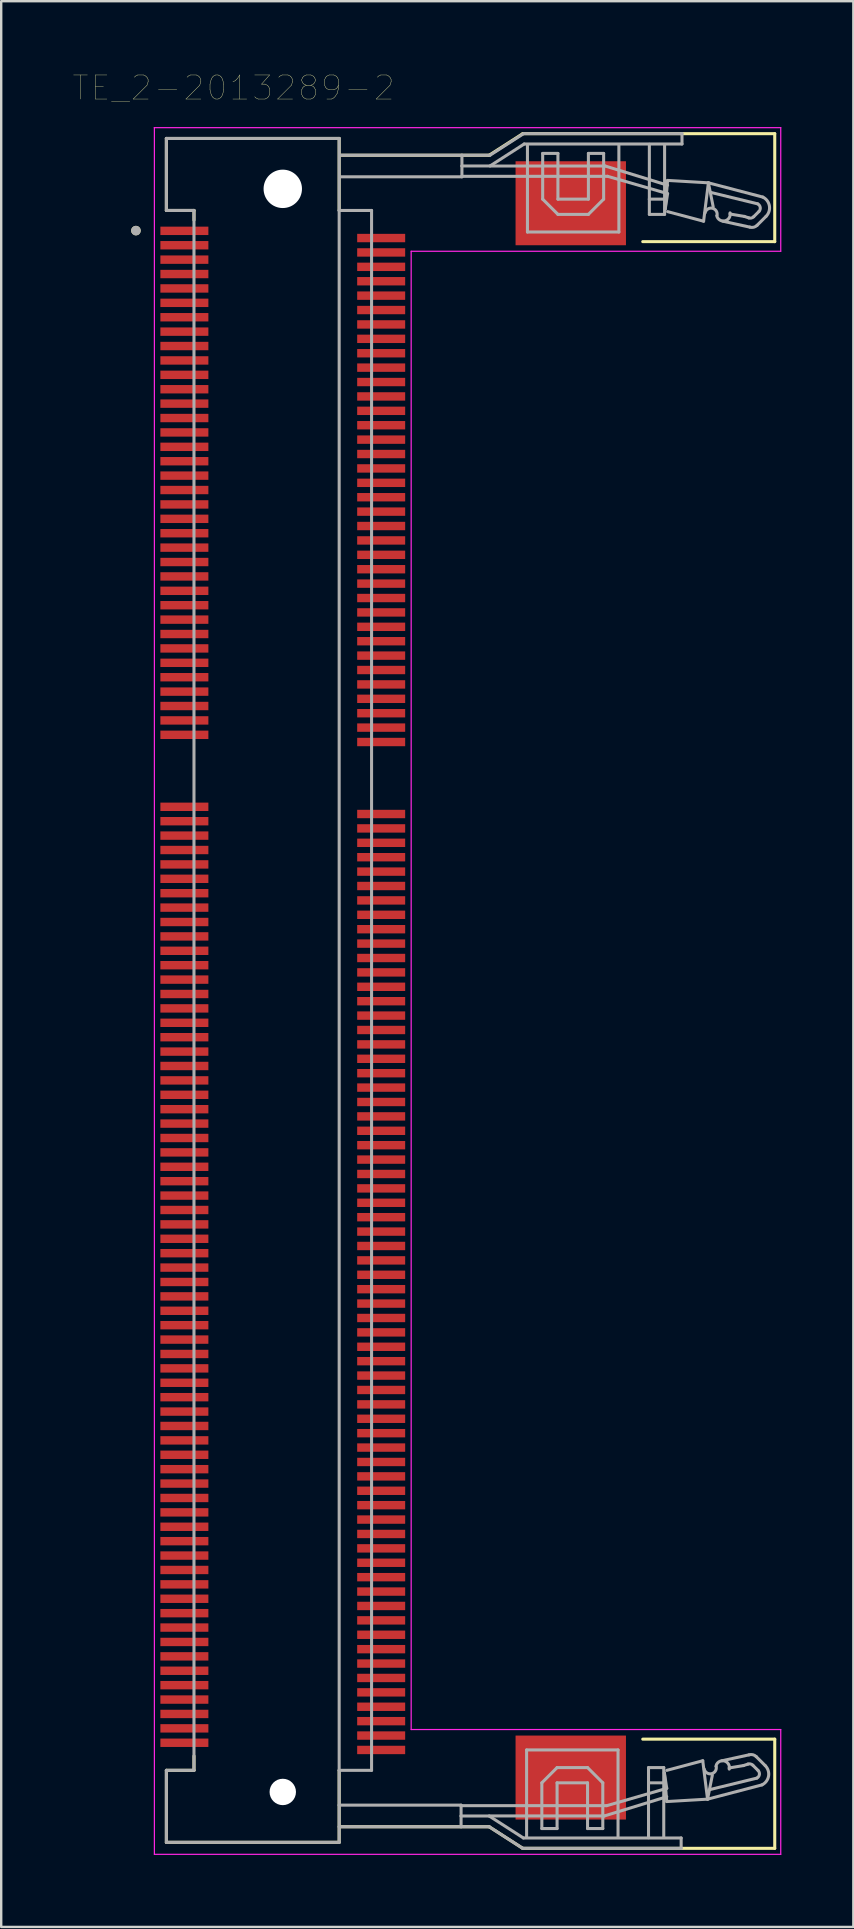
<source format=kicad_pcb>
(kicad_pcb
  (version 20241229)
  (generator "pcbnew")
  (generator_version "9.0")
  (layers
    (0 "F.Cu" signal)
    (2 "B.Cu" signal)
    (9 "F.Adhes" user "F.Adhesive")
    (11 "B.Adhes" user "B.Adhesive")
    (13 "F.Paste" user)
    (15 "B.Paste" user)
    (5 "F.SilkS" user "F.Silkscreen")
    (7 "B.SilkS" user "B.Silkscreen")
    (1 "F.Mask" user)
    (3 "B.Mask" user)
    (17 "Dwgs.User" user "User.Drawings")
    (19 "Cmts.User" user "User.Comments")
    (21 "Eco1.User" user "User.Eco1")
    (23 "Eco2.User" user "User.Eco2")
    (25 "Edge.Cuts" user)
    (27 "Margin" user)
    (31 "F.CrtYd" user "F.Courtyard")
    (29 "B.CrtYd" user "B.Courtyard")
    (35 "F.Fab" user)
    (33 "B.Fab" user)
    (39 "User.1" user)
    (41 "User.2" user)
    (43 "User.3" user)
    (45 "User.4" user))
  (footprint "TE_2-2013289-2"
    (layer "F.Cu")
    (at 8.733 38.219)
    (property "Reference" "TE_2-2013289-2" (at -2.053 -37.606 0) (layer "F.SilkS") (effects (font (size 1.003 1.003) (thickness 0.015))))
    (attr through_hole)
    (fp_line (start -4.85 -35.5) (end -4.85 -32.5) (stroke (width 0.127) (type solid)) (layer "F.SilkS"))
    (fp_line (start -4.85 -32.5) (end -3.7 -32.5) (stroke (width 0.127) (type solid)) (layer "F.SilkS"))
    (fp_line (start -4.85 32.5) (end -4.85 35.5) (stroke (width 0.127) (type solid)) (layer "F.SilkS"))
    (fp_line (start -4.85 35.5) (end 2.35 35.5) (stroke (width 0.127) (type solid)) (layer "F.SilkS"))
    (fp_line (start -3.7 -32.5) (end -3.7 -32.1) (stroke (width 0.127) (type solid)) (layer "F.SilkS"))
    (fp_line (start -3.7 31.9) (end -3.7 32.5) (stroke (width 0.127) (type solid)) (layer "F.SilkS"))
    (fp_line (start -3.7 32.5) (end -4.85 32.5) (stroke (width 0.127) (type solid)) (layer "F.SilkS"))
    (fp_line (start 2.35 -35.5) (end -4.85 -35.5) (stroke (width 0.127) (type solid)) (layer "F.SilkS"))
    (fp_line (start 2.35 -32.5) (end 2.35 -35.5) (stroke (width 0.127) (type solid)) (layer "F.SilkS"))
    (fp_line (start 2.35 35.5) (end 2.35 32.5) (stroke (width 0.127) (type solid)) (layer "F.SilkS"))
    (fp_line (start 2.4 -34.8) (end 8.6 -34.8) (stroke (width 0.127) (type solid)) (layer "F.SilkS"))
    (fp_line (start 2.4 34.85) (end 8.6 34.85) (stroke (width 0.127) (type solid)) (layer "F.SilkS"))
    (fp_line (start 8.6 -34.8) (end 10 -35.7) (stroke (width 0.127) (type solid)) (layer "F.SilkS"))
    (fp_line (start 8.6 34.85) (end 10 35.75) (stroke (width 0.127) (type solid)) (layer "F.SilkS"))
    (fp_line (start 10 -35.7) (end 20.5 -35.7) (stroke (width 0.127) (type solid)) (layer "F.SilkS"))
    (fp_line (start 10 35.75) (end 20.5 35.75) (stroke (width 0.127) (type solid)) (layer "F.SilkS"))
    (fp_line (start 20.5 -35.7) (end 20.5 -31.2) (stroke (width 0.127) (type solid)) (layer "F.SilkS"))
    (fp_line (start 20.5 -31.2) (end 15 -31.2) (stroke (width 0.127) (type solid)) (layer "F.SilkS"))
    (fp_line (start 20.5 31.2) (end 15 31.2) (stroke (width 0.127) (type solid)) (layer "F.SilkS"))
    (fp_line (start 20.5 35.75) (end 20.5 31.2) (stroke (width 0.127) (type solid)) (layer "F.SilkS"))
    (fp_circle (center -6.119 -31.66) (end -6.019 -31.66) (stroke (width 0.2) (type solid)) (fill no) (layer "F.SilkS"))
    (fp_line (start -5.35 -35.95) (end -5.35 -35.951) (stroke (width 0.05) (type solid)) (layer "F.CrtYd"))
    (fp_line (start -5.35 -35.95) (end 20.75 -35.95) (stroke (width 0.05) (type solid)) (layer "F.CrtYd"))
    (fp_line (start -5.35 36) (end -5.35 -35.95) (stroke (width 0.05) (type solid)) (layer "F.CrtYd"))
    (fp_line (start 5.35 -30.8) (end 5.35 30.8) (stroke (width 0.05) (type solid)) (layer "F.CrtYd"))
    (fp_line (start 5.35 30.8) (end 20.75 30.8) (stroke (width 0.05) (type solid)) (layer "F.CrtYd"))
    (fp_line (start 20.75 -35.95) (end 20.75 -30.8) (stroke (width 0.05) (type solid)) (layer "F.CrtYd"))
    (fp_line (start 20.75 -30.8) (end 5.35 -30.8) (stroke (width 0.05) (type solid)) (layer "F.CrtYd"))
    (fp_line (start 20.75 30.8) (end 20.75 36) (stroke (width 0.05) (type solid)) (layer "F.CrtYd"))
    (fp_line (start 20.75 36) (end -5.35 36) (stroke (width 0.05) (type solid)) (layer "F.CrtYd"))
    (fp_line (start -4.85 -35.5) (end -4.85 -32.5) (stroke (width 0.127) (type solid)) (layer "F.Fab"))
    (fp_line (start -4.85 -32.5) (end -3.7 -32.5) (stroke (width 0.127) (type solid)) (layer "F.Fab"))
    (fp_line (start -4.85 32.5) (end -4.85 35.5) (stroke (width 0.127) (type solid)) (layer "F.Fab"))
    (fp_line (start -4.85 35.5) (end 2.35 35.5) (stroke (width 0.127) (type solid)) (layer "F.Fab"))
    (fp_line (start -3.7 -32.5) (end -3.7 32.5) (stroke (width 0.127) (type solid)) (layer "F.Fab"))
    (fp_line (start -3.7 32.5) (end -4.85 32.5) (stroke (width 0.127) (type solid)) (layer "F.Fab"))
    (fp_line (start 2.35 -35.5) (end -4.85 -35.5) (stroke (width 0.127) (type solid)) (layer "F.Fab"))
    (fp_line (start 2.35 -32.5) (end 2.35 -35.5) (stroke (width 0.127) (type solid)) (layer "F.Fab"))
    (fp_line (start 2.35 -32.5) (end 3.7 -32.5) (stroke (width 0.127) (type solid)) (layer "F.Fab"))
    (fp_line (start 2.35 32.5) (end 2.35 -32.5) (stroke (width 0.127) (type solid)) (layer "F.Fab"))
    (fp_line (start 2.35 33.95) (end 2.35 32.5) (stroke (width 0.127) (type solid)) (layer "F.Fab"))
    (fp_line (start 2.35 33.95) (end 7.43 33.95) (stroke (width 0.127) (type solid)) (layer "F.Fab"))
    (fp_line (start 2.35 34.85) (end 2.35 33.95) (stroke (width 0.127) (type solid)) (layer "F.Fab"))
    (fp_line (start 2.35 34.85) (end 7.43 34.85) (stroke (width 0.127) (type solid)) (layer "F.Fab"))
    (fp_line (start 2.35 35.5) (end 2.35 34.85) (stroke (width 0.127) (type solid)) (layer "F.Fab"))
    (fp_line (start 2.385 -34.801) (end 7.465 -34.801) (stroke (width 0.127) (type solid)) (layer "F.Fab"))
    (fp_line (start 2.385 -33.901) (end 7.465 -33.901) (stroke (width 0.127) (type solid)) (layer "F.Fab"))
    (fp_line (start 3.7 -32.5) (end 3.7 32.5) (stroke (width 0.127) (type solid)) (layer "F.Fab"))
    (fp_line (start 3.7 32.5) (end 2.35 32.5) (stroke (width 0.127) (type solid)) (layer "F.Fab"))
    (fp_line (start 7.42 33.971) (end 13.5 33.971) (stroke (width 0.127) (type solid)) (layer "F.Fab"))
    (fp_line (start 7.43 34.402) (end 7.43 33.95) (stroke (width 0.127) (type solid)) (layer "F.Fab"))
    (fp_line (start 7.43 34.402) (end 8.6 34.402) (stroke (width 0.127) (type solid)) (layer "F.Fab"))
    (fp_line (start 7.43 34.85) (end 7.43 34.402) (stroke (width 0.127) (type solid)) (layer "F.Fab"))
    (fp_line (start 7.43 34.85) (end 8.6 34.85) (stroke (width 0.127) (type solid)) (layer "F.Fab"))
    (fp_line (start 7.455 -33.922) (end 13.535 -33.922) (stroke (width 0.127) (type solid)) (layer "F.Fab"))
    (fp_line (start 7.465 -34.801) (end 7.465 -34.353) (stroke (width 0.127) (type solid)) (layer "F.Fab"))
    (fp_line (start 7.465 -34.801) (end 8.635 -34.801) (stroke (width 0.127) (type solid)) (layer "F.Fab"))
    (fp_line (start 7.465 -34.353) (end 7.465 -33.901) (stroke (width 0.127) (type solid)) (layer "F.Fab"))
    (fp_line (start 7.465 -34.353) (end 8.635 -34.353) (stroke (width 0.127) (type solid)) (layer "F.Fab"))
    (fp_line (start 8.6 34.4) (end 13.4 34.4) (stroke (width 0.127) (type solid)) (layer "F.Fab"))
    (fp_line (start 8.6 34.85) (end 10 35.75) (stroke (width 0.127) (type solid)) (layer "F.Fab"))
    (fp_line (start 8.625 34.418) (end 10.025 35.318) (stroke (width 0.127) (type solid)) (layer "F.Fab"))
    (fp_line (start 8.635 -34.801) (end 10.035 -35.701) (stroke (width 0.127) (type solid)) (layer "F.Fab"))
    (fp_line (start 8.635 -34.351) (end 13.435 -34.351) (stroke (width 0.127) (type solid)) (layer "F.Fab"))
    (fp_line (start 8.66 -34.369) (end 10.06 -35.269) (stroke (width 0.127) (type solid)) (layer "F.Fab"))
    (fp_line (start 10 35.75) (end 16.6 35.75) (stroke (width 0.127) (type solid)) (layer "F.Fab"))
    (fp_line (start 10.025 35.318) (end 16.6 35.318) (stroke (width 0.127) (type solid)) (layer "F.Fab"))
    (fp_line (start 10.035 -35.701) (end 16.635 -35.701) (stroke (width 0.127) (type solid)) (layer "F.Fab"))
    (fp_line (start 10.06 -35.269) (end 16.635 -35.269) (stroke (width 0.127) (type solid)) (layer "F.Fab"))
    (fp_line (start 10.16 31.65) (end 13.97 31.65) (stroke (width 0.127) (type solid)) (layer "F.Fab"))
    (fp_line (start 10.16 35.267) (end 10.16 31.65) (stroke (width 0.127) (type solid)) (layer "F.Fab"))
    (fp_line (start 10.195 -35.218) (end 10.195 -31.601) (stroke (width 0.127) (type solid)) (layer "F.Fab"))
    (fp_line (start 10.195 -31.601) (end 14.005 -31.601) (stroke (width 0.127) (type solid)) (layer "F.Fab"))
    (fp_line (start 10.795 33.02) (end 11.43 32.385) (stroke (width 0.127) (type solid)) (layer "F.Fab"))
    (fp_line (start 10.795 34.925) (end 10.795 33.02) (stroke (width 0.127) (type solid)) (layer "F.Fab"))
    (fp_line (start 10.83 -34.876) (end 10.83 -32.971) (stroke (width 0.127) (type solid)) (layer "F.Fab"))
    (fp_line (start 10.83 -32.971) (end 11.465 -32.336) (stroke (width 0.127) (type solid)) (layer "F.Fab"))
    (fp_line (start 11.43 32.385) (end 12.7 32.385) (stroke (width 0.127) (type solid)) (layer "F.Fab"))
    (fp_line (start 11.43 33.02) (end 11.43 34.925) (stroke (width 0.127) (type solid)) (layer "F.Fab"))
    (fp_line (start 11.43 34.925) (end 10.795 34.925) (stroke (width 0.127) (type solid)) (layer "F.Fab"))
    (fp_line (start 11.465 -34.876) (end 10.83 -34.876) (stroke (width 0.127) (type solid)) (layer "F.Fab"))
    (fp_line (start 11.465 -32.971) (end 11.465 -34.876) (stroke (width 0.127) (type solid)) (layer "F.Fab"))
    (fp_line (start 11.465 -32.336) (end 12.735 -32.336) (stroke (width 0.127) (type solid)) (layer "F.Fab"))
    (fp_line (start 12.7 32.385) (end 13.335 33.02) (stroke (width 0.127) (type solid)) (layer "F.Fab"))
    (fp_line (start 12.7 33.02) (end 11.43 33.02) (stroke (width 0.127) (type solid)) (layer "F.Fab"))
    (fp_line (start 12.7 34.925) (end 12.7 33.02) (stroke (width 0.127) (type solid)) (layer "F.Fab"))
    (fp_line (start 12.735 -34.876) (end 12.735 -32.971) (stroke (width 0.127) (type solid)) (layer "F.Fab"))
    (fp_line (start 12.735 -32.971) (end 11.465 -32.971) (stroke (width 0.127) (type solid)) (layer "F.Fab"))
    (fp_line (start 12.735 -32.336) (end 13.37 -32.971) (stroke (width 0.127) (type solid)) (layer "F.Fab"))
    (fp_line (start 13.335 33.02) (end 13.335 34.925) (stroke (width 0.127) (type solid)) (layer "F.Fab"))
    (fp_line (start 13.335 34.925) (end 12.7 34.925) (stroke (width 0.127) (type solid)) (layer "F.Fab"))
    (fp_line (start 13.37 -34.876) (end 12.735 -34.876) (stroke (width 0.127) (type solid)) (layer "F.Fab"))
    (fp_line (start 13.37 -32.971) (end 13.37 -34.876) (stroke (width 0.127) (type solid)) (layer "F.Fab"))
    (fp_line (start 13.4 34.4) (end 16 33.6) (stroke (width 0.127) (type solid)) (layer "F.Fab"))
    (fp_line (start 13.435 -34.351) (end 16.035 -33.551) (stroke (width 0.127) (type solid)) (layer "F.Fab"))
    (fp_line (start 13.5 33.971) (end 16 33.25) (stroke (width 0.127) (type solid)) (layer "F.Fab"))
    (fp_line (start 13.535 -33.922) (end 16.035 -33.201) (stroke (width 0.127) (type solid)) (layer "F.Fab"))
    (fp_line (start 13.97 31.65) (end 13.97 35.255) (stroke (width 0.127) (type solid)) (layer "F.Fab"))
    (fp_line (start 14.005 -31.601) (end 14.005 -35.206) (stroke (width 0.127) (type solid)) (layer "F.Fab"))
    (fp_line (start 15.24 32.385) (end 15.875 32.385) (stroke (width 0.127) (type solid)) (layer "F.Fab"))
    (fp_line (start 15.24 33.02) (end 15.24 32.385) (stroke (width 0.127) (type solid)) (layer "F.Fab"))
    (fp_line (start 15.24 33.02) (end 15.875 33.02) (stroke (width 0.127) (type solid)) (layer "F.Fab"))
    (fp_line (start 15.24 35.306) (end 15.24 33.02) (stroke (width 0.127) (type solid)) (layer "F.Fab"))
    (fp_line (start 15.275 -35.257) (end 15.275 -32.971) (stroke (width 0.127) (type solid)) (layer "F.Fab"))
    (fp_line (start 15.275 -32.971) (end 15.275 -32.336) (stroke (width 0.127) (type solid)) (layer "F.Fab"))
    (fp_line (start 15.275 -32.971) (end 15.91 -32.971) (stroke (width 0.127) (type solid)) (layer "F.Fab"))
    (fp_line (start 15.275 -32.336) (end 15.91 -32.336) (stroke (width 0.127) (type solid)) (layer "F.Fab"))
    (fp_line (start 15.875 32.385) (end 15.875 33.02) (stroke (width 0.127) (type solid)) (layer "F.Fab"))
    (fp_line (start 15.875 33.02) (end 15.875 35.293) (stroke (width 0.127) (type solid)) (layer "F.Fab"))
    (fp_line (start 15.9 32.6) (end 16 33.8) (stroke (width 0.127) (type solid)) (layer "F.Fab"))
    (fp_line (start 15.91 -32.971) (end 15.91 -35.244) (stroke (width 0.127) (type solid)) (layer "F.Fab"))
    (fp_line (start 15.91 -32.336) (end 15.91 -32.971) (stroke (width 0.127) (type solid)) (layer "F.Fab"))
    (fp_line (start 15.935 -32.551) (end 16.035 -33.751) (stroke (width 0.127) (type solid)) (layer "F.Fab"))
    (fp_line (start 16 33.25) (end 15.9 32.6) (stroke (width 0.127) (type solid)) (layer "F.Fab"))
    (fp_line (start 16 33.8) (end 17.7 33.7) (stroke (width 0.127) (type solid)) (layer "F.Fab"))
    (fp_line (start 16.035 -33.751) (end 17.735 -33.651) (stroke (width 0.127) (type solid)) (layer "F.Fab"))
    (fp_line (start 16.035 -33.201) (end 15.935 -32.551) (stroke (width 0.127) (type solid)) (layer "F.Fab"))
    (fp_line (start 16.6 35.318) (end 16.6 35.75) (stroke (width 0.127) (type solid)) (layer "F.Fab"))
    (fp_line (start 16.635 -35.269) (end 16.635 -35.701) (stroke (width 0.127) (type solid)) (layer "F.Fab"))
    (fp_line (start 17.5 32.1) (end 16 32.5) (stroke (width 0.127) (type solid)) (layer "F.Fab"))
    (fp_line (start 17.535 -32.051) (end 16.035 -32.451) (stroke (width 0.127) (type solid)) (layer "F.Fab"))
    (fp_line (start 17.7 33.7) (end 17.5 32.1) (stroke (width 0.127) (type solid)) (layer "F.Fab"))
    (fp_line (start 17.7 33.7) (end 17.9 32.7) (stroke (width 0.127) (type solid)) (layer "F.Fab"))
    (fp_line (start 17.7 33.7) (end 19.967 33.106) (stroke (width 0.127) (type solid)) (layer "F.Fab"))
    (fp_line (start 17.735 -33.651) (end 17.535 -32.051) (stroke (width 0.127) (type solid)) (layer "F.Fab"))
    (fp_line (start 17.735 -33.651) (end 17.935 -32.651) (stroke (width 0.127) (type solid)) (layer "F.Fab"))
    (fp_line (start 17.735 -33.651) (end 20.002 -33.057) (stroke (width 0.127) (type solid)) (layer "F.Fab"))
    (fp_line (start 17.8 33.3) (end 19.752 32.824) (stroke (width 0.127) (type solid)) (layer "F.Fab"))
    (fp_line (start 17.835 -33.251) (end 19.787 -32.775) (stroke (width 0.127) (type solid)) (layer "F.Fab"))
    (fp_line (start 18.6 32.4) (end 19.2 32.3) (stroke (width 0.127) (type solid)) (layer "F.Fab"))
    (fp_line (start 18.635 -32.351) (end 19.235 -32.251) (stroke (width 0.127) (type solid)) (layer "F.Fab"))
    (fp_line (start 19.383 32.239) (end 19.2 32.3) (stroke (width 0.127) (type solid)) (layer "F.Fab"))
    (fp_line (start 19.418 -32.19) (end 19.235 -32.251) (stroke (width 0.127) (type solid)) (layer "F.Fab"))
    (fp_line (start 19.427 31.854) (end 18.3 32.1) (stroke (width 0.127) (type solid)) (layer "F.Fab"))
    (fp_line (start 19.462 -31.805) (end 18.335 -32.051) (stroke (width 0.127) (type solid)) (layer "F.Fab"))
    (fp_line (start 19.804 32.504) (end 19.587 32.287) (stroke (width 0.127) (type solid)) (layer "F.Fab"))
    (fp_line (start 19.839 -32.455) (end 19.622 -32.238) (stroke (width 0.127) (type solid)) (layer "F.Fab"))
    (fp_line (start 20.103 32.303) (end 19.728 31.928) (stroke (width 0.127) (type solid)) (layer "F.Fab"))
    (fp_line (start 20.138 -32.254) (end 19.763 -31.879) (stroke (width 0.127) (type solid)) (layer "F.Fab"))
    (fp_arc (start 17.5966 -32.3972) (mid 17.8966 -32.5972) (end 18.0966 -32.2972) (stroke (width 0.127) (type solid)) (layer "F.Fab"))
    (fp_arc (start 18.0492 32.3254) (mid 18.3873 32.1095) (end 18.6032 32.4476) (stroke (width 0.127) (type solid)) (layer "F.Fab"))
    (fp_arc (start 18.0616 32.3462) (mid 17.8616 32.6462) (end 17.5616 32.4462) (stroke (width 0.127) (type solid)) (layer "F.Fab"))
    (fp_arc (start 18.6382 -32.3986) (mid 18.4223 -32.0605) (end 18.0842 -32.2764) (stroke (width 0.127) (type solid)) (layer "F.Fab"))
    (fp_arc (start 19.3827 32.2391) (mid 19.49191 32.234175) (end 19.5874 32.2874) (stroke (width 0.127) (type solid)) (layer "F.Fab"))
    (fp_arc (start 19.4267 31.8541) (mid 19.587915 31.849164) (end 19.7284 31.9284) (stroke (width 0.127) (type solid)) (layer "F.Fab"))
    (fp_arc (start 19.6224 -32.2384) (mid 19.52691 -32.185175) (end 19.4177 -32.1901) (stroke (width 0.127) (type solid)) (layer "F.Fab"))
    (fp_arc (start 19.7634 -31.8794) (mid 19.622914 -31.800164) (end 19.4617 -31.8051) (stroke (width 0.127) (type solid)) (layer "F.Fab"))
    (fp_arc (start 19.7868 -32.775099) (mid 19.894783 -32.628259) (end 19.8388 -32.4548) (stroke (width 0.127) (type solid)) (layer "F.Fab"))
    (fp_arc (start 19.8038 32.5038) (mid 19.859784 32.67726) (end 19.7518 32.824099) (stroke (width 0.127) (type solid)) (layer "F.Fab"))
    (fp_arc (start 20.0019 -33.057299) (mid 20.277137 -32.690537) (end 20.1377 -32.2537) (stroke (width 0.127) (type solid)) (layer "F.Fab"))
    (fp_arc (start 20.1027 32.3027) (mid 20.242138 32.739538) (end 19.9669 33.106299) (stroke (width 0.127) (type solid)) (layer "F.Fab"))
    (fp_circle (center -6.119 -31.66) (end -6.019 -31.66) (stroke (width 0.2) (type solid)) (fill no) (layer "F.Fab"))
    (pad "" np_thru_hole circle (at 0 -33.4) (size 1.6 1.6) (drill 1.6) (layers "*.Cu" "*.Mask"))
    (pad "" np_thru_hole circle (at 0 33.4) (size 1.1 1.1) (drill 1.1) (layers "*.Cu" "*.Mask"))
    (pad "1" smd rect (at -4.1 -31.65) (size 2 0.35) (layers "F.Cu" "F.Mask" "F.Paste"))
    (pad "2" smd rect (at 4.1 -31.35) (size 2 0.35) (layers "F.Cu" "F.Mask" "F.Paste"))
    (pad "3" smd rect (at -4.1 -31.05) (size 2 0.35) (layers "F.Cu" "F.Mask" "F.Paste"))
    (pad "4" smd rect (at 4.1 -30.75) (size 2 0.35) (layers "F.Cu" "F.Mask" "F.Paste"))
    (pad "5" smd rect (at -4.1 -30.45) (size 2 0.35) (layers "F.Cu" "F.Mask" "F.Paste"))
    (pad "6" smd rect (at 4.1 -30.15) (size 2 0.35) (layers "F.Cu" "F.Mask" "F.Paste"))
    (pad "7" smd rect (at -4.1 -29.85) (size 2 0.35) (layers "F.Cu" "F.Mask" "F.Paste"))
    (pad "8" smd rect (at 4.1 -29.55) (size 2 0.35) (layers "F.Cu" "F.Mask" "F.Paste"))
    (pad "9" smd rect (at -4.1 -29.25) (size 2 0.35) (layers "F.Cu" "F.Mask" "F.Paste"))
    (pad "10" smd rect (at 4.1 -28.95) (size 2 0.35) (layers "F.Cu" "F.Mask" "F.Paste"))
    (pad "11" smd rect (at -4.1 -28.65) (size 2 0.35) (layers "F.Cu" "F.Mask" "F.Paste"))
    (pad "12" smd rect (at 4.1 -28.35) (size 2 0.35) (layers "F.Cu" "F.Mask" "F.Paste"))
    (pad "13" smd rect (at -4.1 -28.05) (size 2 0.35) (layers "F.Cu" "F.Mask" "F.Paste"))
    (pad "14" smd rect (at 4.1 -27.75) (size 2 0.35) (layers "F.Cu" "F.Mask" "F.Paste"))
    (pad "15" smd rect (at -4.1 -27.45) (size 2 0.35) (layers "F.Cu" "F.Mask" "F.Paste"))
    (pad "16" smd rect (at 4.1 -27.15) (size 2 0.35) (layers "F.Cu" "F.Mask" "F.Paste"))
    (pad "17" smd rect (at -4.1 -26.85) (size 2 0.35) (layers "F.Cu" "F.Mask" "F.Paste"))
    (pad "18" smd rect (at 4.1 -26.55) (size 2 0.35) (layers "F.Cu" "F.Mask" "F.Paste"))
    (pad "19" smd rect (at -4.1 -26.25) (size 2 0.35) (layers "F.Cu" "F.Mask" "F.Paste"))
    (pad "20" smd rect (at 4.1 -25.95) (size 2 0.35) (layers "F.Cu" "F.Mask" "F.Paste"))
    (pad "21" smd rect (at -4.1 -25.65) (size 2 0.35) (layers "F.Cu" "F.Mask" "F.Paste"))
    (pad "22" smd rect (at 4.1 -25.35) (size 2 0.35) (layers "F.Cu" "F.Mask" "F.Paste"))
    (pad "23" smd rect (at -4.1 -25.05) (size 2 0.35) (layers "F.Cu" "F.Mask" "F.Paste"))
    (pad "24" smd rect (at 4.1 -24.75) (size 2 0.35) (layers "F.Cu" "F.Mask" "F.Paste"))
    (pad "25" smd rect (at -4.1 -24.45) (size 2 0.35) (layers "F.Cu" "F.Mask" "F.Paste"))
    (pad "26" smd rect (at 4.1 -24.15) (size 2 0.35) (layers "F.Cu" "F.Mask" "F.Paste"))
    (pad "27" smd rect (at -4.1 -23.85) (size 2 0.35) (layers "F.Cu" "F.Mask" "F.Paste"))
    (pad "28" smd rect (at 4.1 -23.55) (size 2 0.35) (layers "F.Cu" "F.Mask" "F.Paste"))
    (pad "29" smd rect (at -4.1 -23.25) (size 2 0.35) (layers "F.Cu" "F.Mask" "F.Paste"))
    (pad "30" smd rect (at 4.1 -22.95) (size 2 0.35) (layers "F.Cu" "F.Mask" "F.Paste"))
    (pad "31" smd rect (at -4.1 -22.65) (size 2 0.35) (layers "F.Cu" "F.Mask" "F.Paste"))
    (pad "32" smd rect (at 4.1 -22.35) (size 2 0.35) (layers "F.Cu" "F.Mask" "F.Paste"))
    (pad "33" smd rect (at -4.1 -22.05) (size 2 0.35) (layers "F.Cu" "F.Mask" "F.Paste"))
    (pad "34" smd rect (at 4.1 -21.75) (size 2 0.35) (layers "F.Cu" "F.Mask" "F.Paste"))
    (pad "35" smd rect (at -4.1 -21.45) (size 2 0.35) (layers "F.Cu" "F.Mask" "F.Paste"))
    (pad "36" smd rect (at 4.1 -21.15) (size 2 0.35) (layers "F.Cu" "F.Mask" "F.Paste"))
    (pad "37" smd rect (at -4.1 -20.85) (size 2 0.35) (layers "F.Cu" "F.Mask" "F.Paste"))
    (pad "38" smd rect (at 4.1 -20.55) (size 2 0.35) (layers "F.Cu" "F.Mask" "F.Paste"))
    (pad "39" smd rect (at -4.1 -20.25) (size 2 0.35) (layers "F.Cu" "F.Mask" "F.Paste"))
    (pad "40" smd rect (at 4.1 -19.95) (size 2 0.35) (layers "F.Cu" "F.Mask" "F.Paste"))
    (pad "41" smd rect (at -4.1 -19.65) (size 2 0.35) (layers "F.Cu" "F.Mask" "F.Paste"))
    (pad "42" smd rect (at 4.1 -19.35) (size 2 0.35) (layers "F.Cu" "F.Mask" "F.Paste"))
    (pad "43" smd rect (at -4.1 -19.05) (size 2 0.35) (layers "F.Cu" "F.Mask" "F.Paste"))
    (pad "44" smd rect (at 4.1 -18.75) (size 2 0.35) (layers "F.Cu" "F.Mask" "F.Paste"))
    (pad "45" smd rect (at -4.1 -18.45) (size 2 0.35) (layers "F.Cu" "F.Mask" "F.Paste"))
    (pad "46" smd rect (at 4.1 -18.15) (size 2 0.35) (layers "F.Cu" "F.Mask" "F.Paste"))
    (pad "47" smd rect (at -4.1 -17.85) (size 2 0.35) (layers "F.Cu" "F.Mask" "F.Paste"))
    (pad "48" smd rect (at 4.1 -17.55) (size 2 0.35) (layers "F.Cu" "F.Mask" "F.Paste"))
    (pad "49" smd rect (at -4.1 -17.25) (size 2 0.35) (layers "F.Cu" "F.Mask" "F.Paste"))
    (pad "50" smd rect (at 4.1 -16.95) (size 2 0.35) (layers "F.Cu" "F.Mask" "F.Paste"))
    (pad "51" smd rect (at -4.1 -16.65) (size 2 0.35) (layers "F.Cu" "F.Mask" "F.Paste"))
    (pad "52" smd rect (at 4.1 -16.35) (size 2 0.35) (layers "F.Cu" "F.Mask" "F.Paste"))
    (pad "53" smd rect (at -4.1 -16.05) (size 2 0.35) (layers "F.Cu" "F.Mask" "F.Paste"))
    (pad "54" smd rect (at 4.1 -15.75) (size 2 0.35) (layers "F.Cu" "F.Mask" "F.Paste"))
    (pad "55" smd rect (at -4.1 -15.45) (size 2 0.35) (layers "F.Cu" "F.Mask" "F.Paste"))
    (pad "56" smd rect (at 4.1 -15.15) (size 2 0.35) (layers "F.Cu" "F.Mask" "F.Paste"))
    (pad "57" smd rect (at -4.1 -14.85) (size 2 0.35) (layers "F.Cu" "F.Mask" "F.Paste"))
    (pad "58" smd rect (at 4.1 -14.55) (size 2 0.35) (layers "F.Cu" "F.Mask" "F.Paste"))
    (pad "59" smd rect (at -4.1 -14.25) (size 2 0.35) (layers "F.Cu" "F.Mask" "F.Paste"))
    (pad "60" smd rect (at 4.1 -13.95) (size 2 0.35) (layers "F.Cu" "F.Mask" "F.Paste"))
    (pad "61" smd rect (at -4.1 -13.65) (size 2 0.35) (layers "F.Cu" "F.Mask" "F.Paste"))
    (pad "62" smd rect (at 4.1 -13.35) (size 2 0.35) (layers "F.Cu" "F.Mask" "F.Paste"))
    (pad "63" smd rect (at -4.1 -13.05) (size 2 0.35) (layers "F.Cu" "F.Mask" "F.Paste"))
    (pad "64" smd rect (at 4.1 -12.75) (size 2 0.35) (layers "F.Cu" "F.Mask" "F.Paste"))
    (pad "65" smd rect (at -4.1 -12.45) (size 2 0.35) (layers "F.Cu" "F.Mask" "F.Paste"))
    (pad "66" smd rect (at 4.1 -12.15) (size 2 0.35) (layers "F.Cu" "F.Mask" "F.Paste"))
    (pad "67" smd rect (at -4.1 -11.85) (size 2 0.35) (layers "F.Cu" "F.Mask" "F.Paste"))
    (pad "68" smd rect (at 4.1 -11.55) (size 2 0.35) (layers "F.Cu" "F.Mask" "F.Paste"))
    (pad "69" smd rect (at -4.1 -11.25) (size 2 0.35) (layers "F.Cu" "F.Mask" "F.Paste"))
    (pad "70" smd rect (at 4.1 -10.95) (size 2 0.35) (layers "F.Cu" "F.Mask" "F.Paste"))
    (pad "71" smd rect (at -4.1 -10.65) (size 2 0.35) (layers "F.Cu" "F.Mask" "F.Paste"))
    (pad "72" smd rect (at 4.1 -10.35) (size 2 0.35) (layers "F.Cu" "F.Mask" "F.Paste"))
    (pad "73" smd rect (at -4.1 -7.65) (size 2 0.35) (layers "F.Cu" "F.Mask" "F.Paste"))
    (pad "74" smd rect (at 4.1 -7.35) (size 2 0.35) (layers "F.Cu" "F.Mask" "F.Paste"))
    (pad "75" smd rect (at -4.1 -7.05) (size 2 0.35) (layers "F.Cu" "F.Mask" "F.Paste"))
    (pad "76" smd rect (at 4.1 -6.75) (size 2 0.35) (layers "F.Cu" "F.Mask" "F.Paste"))
    (pad "77" smd rect (at -4.1 -6.45) (size 2 0.35) (layers "F.Cu" "F.Mask" "F.Paste"))
    (pad "78" smd rect (at 4.1 -6.15) (size 2 0.35) (layers "F.Cu" "F.Mask" "F.Paste"))
    (pad "79" smd rect (at -4.1 -5.85) (size 2 0.35) (layers "F.Cu" "F.Mask" "F.Paste"))
    (pad "80" smd rect (at 4.1 -5.55) (size 2 0.35) (layers "F.Cu" "F.Mask" "F.Paste"))
    (pad "81" smd rect (at -4.1 -5.25) (size 2 0.35) (layers "F.Cu" "F.Mask" "F.Paste"))
    (pad "82" smd rect (at 4.1 -4.95) (size 2 0.35) (layers "F.Cu" "F.Mask" "F.Paste"))
    (pad "83" smd rect (at -4.1 -4.65) (size 2 0.35) (layers "F.Cu" "F.Mask" "F.Paste"))
    (pad "84" smd rect (at 4.1 -4.35) (size 2 0.35) (layers "F.Cu" "F.Mask" "F.Paste"))
    (pad "85" smd rect (at -4.1 -4.05) (size 2 0.35) (layers "F.Cu" "F.Mask" "F.Paste"))
    (pad "86" smd rect (at 4.1 -3.75) (size 2 0.35) (layers "F.Cu" "F.Mask" "F.Paste"))
    (pad "87" smd rect (at -4.1 -3.45) (size 2 0.35) (layers "F.Cu" "F.Mask" "F.Paste"))
    (pad "88" smd rect (at 4.1 -3.15) (size 2 0.35) (layers "F.Cu" "F.Mask" "F.Paste"))
    (pad "89" smd rect (at -4.1 -2.85) (size 2 0.35) (layers "F.Cu" "F.Mask" "F.Paste"))
    (pad "90" smd rect (at 4.1 -2.55) (size 2 0.35) (layers "F.Cu" "F.Mask" "F.Paste"))
    (pad "91" smd rect (at -4.1 -2.25) (size 2 0.35) (layers "F.Cu" "F.Mask" "F.Paste"))
    (pad "92" smd rect (at 4.1 -1.95) (size 2 0.35) (layers "F.Cu" "F.Mask" "F.Paste"))
    (pad "93" smd rect (at -4.1 -1.65) (size 2 0.35) (layers "F.Cu" "F.Mask" "F.Paste"))
    (pad "94" smd rect (at 4.1 -1.35) (size 2 0.35) (layers "F.Cu" "F.Mask" "F.Paste"))
    (pad "95" smd rect (at -4.1 -1.05) (size 2 0.35) (layers "F.Cu" "F.Mask" "F.Paste"))
    (pad "96" smd rect (at 4.1 -0.75) (size 2 0.35) (layers "F.Cu" "F.Mask" "F.Paste"))
    (pad "97" smd rect (at -4.1 -0.45) (size 2 0.35) (layers "F.Cu" "F.Mask" "F.Paste"))
    (pad "98" smd rect (at 4.1 -0.15) (size 2 0.35) (layers "F.Cu" "F.Mask" "F.Paste"))
    (pad "99" smd rect (at -4.1 0.15) (size 2 0.35) (layers "F.Cu" "F.Mask" "F.Paste"))
    (pad "100" smd rect (at 4.1 0.45) (size 2 0.35) (layers "F.Cu" "F.Mask" "F.Paste"))
    (pad "101" smd rect (at -4.1 0.75) (size 2 0.35) (layers "F.Cu" "F.Mask" "F.Paste"))
    (pad "102" smd rect (at 4.1 1.05) (size 2 0.35) (layers "F.Cu" "F.Mask" "F.Paste"))
    (pad "103" smd rect (at -4.1 1.35) (size 2 0.35) (layers "F.Cu" "F.Mask" "F.Paste"))
    (pad "104" smd rect (at 4.1 1.65) (size 2 0.35) (layers "F.Cu" "F.Mask" "F.Paste"))
    (pad "105" smd rect (at -4.1 1.95) (size 2 0.35) (layers "F.Cu" "F.Mask" "F.Paste"))
    (pad "106" smd rect (at 4.1 2.25) (size 2 0.35) (layers "F.Cu" "F.Mask" "F.Paste"))
    (pad "107" smd rect (at -4.1 2.55) (size 2 0.35) (layers "F.Cu" "F.Mask" "F.Paste"))
    (pad "108" smd rect (at 4.1 2.85) (size 2 0.35) (layers "F.Cu" "F.Mask" "F.Paste"))
    (pad "109" smd rect (at -4.1 3.15) (size 2 0.35) (layers "F.Cu" "F.Mask" "F.Paste"))
    (pad "110" smd rect (at 4.1 3.45) (size 2 0.35) (layers "F.Cu" "F.Mask" "F.Paste"))
    (pad "111" smd rect (at -4.1 3.75) (size 2 0.35) (layers "F.Cu" "F.Mask" "F.Paste"))
    (pad "112" smd rect (at 4.1 4.05) (size 2 0.35) (layers "F.Cu" "F.Mask" "F.Paste"))
    (pad "113" smd rect (at -4.1 4.35) (size 2 0.35) (layers "F.Cu" "F.Mask" "F.Paste"))
    (pad "114" smd rect (at 4.1 4.65) (size 2 0.35) (layers "F.Cu" "F.Mask" "F.Paste"))
    (pad "115" smd rect (at -4.1 4.95) (size 2 0.35) (layers "F.Cu" "F.Mask" "F.Paste"))
    (pad "116" smd rect (at 4.1 5.25) (size 2 0.35) (layers "F.Cu" "F.Mask" "F.Paste"))
    (pad "117" smd rect (at -4.1 5.55) (size 2 0.35) (layers "F.Cu" "F.Mask" "F.Paste"))
    (pad "118" smd rect (at 4.1 5.85) (size 2 0.35) (layers "F.Cu" "F.Mask" "F.Paste"))
    (pad "119" smd rect (at -4.1 6.15) (size 2 0.35) (layers "F.Cu" "F.Mask" "F.Paste"))
    (pad "120" smd rect (at 4.1 6.45) (size 2 0.35) (layers "F.Cu" "F.Mask" "F.Paste"))
    (pad "121" smd rect (at -4.1 6.75) (size 2 0.35) (layers "F.Cu" "F.Mask" "F.Paste"))
    (pad "122" smd rect (at 4.1 7.05) (size 2 0.35) (layers "F.Cu" "F.Mask" "F.Paste"))
    (pad "123" smd rect (at -4.1 7.35) (size 2 0.35) (layers "F.Cu" "F.Mask" "F.Paste"))
    (pad "124" smd rect (at 4.1 7.65) (size 2 0.35) (layers "F.Cu" "F.Mask" "F.Paste"))
    (pad "125" smd rect (at -4.1 7.95) (size 2 0.35) (layers "F.Cu" "F.Mask" "F.Paste"))
    (pad "126" smd rect (at 4.1 8.25) (size 2 0.35) (layers "F.Cu" "F.Mask" "F.Paste"))
    (pad "127" smd rect (at -4.1 8.55) (size 2 0.35) (layers "F.Cu" "F.Mask" "F.Paste"))
    (pad "128" smd rect (at 4.1 8.85) (size 2 0.35) (layers "F.Cu" "F.Mask" "F.Paste"))
    (pad "129" smd rect (at -4.1 9.15) (size 2 0.35) (layers "F.Cu" "F.Mask" "F.Paste"))
    (pad "130" smd rect (at 4.1 9.45) (size 2 0.35) (layers "F.Cu" "F.Mask" "F.Paste"))
    (pad "131" smd rect (at -4.1 9.75) (size 2 0.35) (layers "F.Cu" "F.Mask" "F.Paste"))
    (pad "132" smd rect (at 4.1 10.05) (size 2 0.35) (layers "F.Cu" "F.Mask" "F.Paste"))
    (pad "133" smd rect (at -4.1 10.35) (size 2 0.35) (layers "F.Cu" "F.Mask" "F.Paste"))
    (pad "134" smd rect (at 4.1 10.65) (size 2 0.35) (layers "F.Cu" "F.Mask" "F.Paste"))
    (pad "135" smd rect (at -4.1 10.95) (size 2 0.35) (layers "F.Cu" "F.Mask" "F.Paste"))
    (pad "136" smd rect (at 4.1 11.25) (size 2 0.35) (layers "F.Cu" "F.Mask" "F.Paste"))
    (pad "137" smd rect (at -4.1 11.55) (size 2 0.35) (layers "F.Cu" "F.Mask" "F.Paste"))
    (pad "138" smd rect (at 4.1 11.85) (size 2 0.35) (layers "F.Cu" "F.Mask" "F.Paste"))
    (pad "139" smd rect (at -4.1 12.15) (size 2 0.35) (layers "F.Cu" "F.Mask" "F.Paste"))
    (pad "140" smd rect (at 4.1 12.45) (size 2 0.35) (layers "F.Cu" "F.Mask" "F.Paste"))
    (pad "141" smd rect (at -4.1 12.75) (size 2 0.35) (layers "F.Cu" "F.Mask" "F.Paste"))
    (pad "142" smd rect (at 4.1 13.05) (size 2 0.35) (layers "F.Cu" "F.Mask" "F.Paste"))
    (pad "143" smd rect (at -4.1 13.35) (size 2 0.35) (layers "F.Cu" "F.Mask" "F.Paste"))
    (pad "144" smd rect (at 4.1 13.65) (size 2 0.35) (layers "F.Cu" "F.Mask" "F.Paste"))
    (pad "145" smd rect (at -4.1 13.95) (size 2 0.35) (layers "F.Cu" "F.Mask" "F.Paste"))
    (pad "146" smd rect (at 4.1 14.25) (size 2 0.35) (layers "F.Cu" "F.Mask" "F.Paste"))
    (pad "147" smd rect (at -4.1 14.55) (size 2 0.35) (layers "F.Cu" "F.Mask" "F.Paste"))
    (pad "148" smd rect (at 4.1 14.85) (size 2 0.35) (layers "F.Cu" "F.Mask" "F.Paste"))
    (pad "149" smd rect (at -4.1 15.15) (size 2 0.35) (layers "F.Cu" "F.Mask" "F.Paste"))
    (pad "150" smd rect (at 4.1 15.45) (size 2 0.35) (layers "F.Cu" "F.Mask" "F.Paste"))
    (pad "151" smd rect (at -4.1 15.75) (size 2 0.35) (layers "F.Cu" "F.Mask" "F.Paste"))
    (pad "152" smd rect (at 4.1 16.05) (size 2 0.35) (layers "F.Cu" "F.Mask" "F.Paste"))
    (pad "153" smd rect (at -4.1 16.35) (size 2 0.35) (layers "F.Cu" "F.Mask" "F.Paste"))
    (pad "154" smd rect (at 4.1 16.65) (size 2 0.35) (layers "F.Cu" "F.Mask" "F.Paste"))
    (pad "155" smd rect (at -4.1 16.95) (size 2 0.35) (layers "F.Cu" "F.Mask" "F.Paste"))
    (pad "156" smd rect (at 4.1 17.25) (size 2 0.35) (layers "F.Cu" "F.Mask" "F.Paste"))
    (pad "157" smd rect (at -4.1 17.55) (size 2 0.35) (layers "F.Cu" "F.Mask" "F.Paste"))
    (pad "158" smd rect (at 4.1 17.85) (size 2 0.35) (layers "F.Cu" "F.Mask" "F.Paste"))
    (pad "159" smd rect (at -4.1 18.15) (size 2 0.35) (layers "F.Cu" "F.Mask" "F.Paste"))
    (pad "160" smd rect (at 4.1 18.45) (size 2 0.35) (layers "F.Cu" "F.Mask" "F.Paste"))
    (pad "161" smd rect (at -4.1 18.75) (size 2 0.35) (layers "F.Cu" "F.Mask" "F.Paste"))
    (pad "162" smd rect (at 4.1 19.05) (size 2 0.35) (layers "F.Cu" "F.Mask" "F.Paste"))
    (pad "163" smd rect (at -4.1 19.35) (size 2 0.35) (layers "F.Cu" "F.Mask" "F.Paste"))
    (pad "164" smd rect (at 4.1 19.65) (size 2 0.35) (layers "F.Cu" "F.Mask" "F.Paste"))
    (pad "165" smd rect (at -4.1 19.95) (size 2 0.35) (layers "F.Cu" "F.Mask" "F.Paste"))
    (pad "166" smd rect (at 4.1 20.25) (size 2 0.35) (layers "F.Cu" "F.Mask" "F.Paste"))
    (pad "167" smd rect (at -4.1 20.55) (size 2 0.35) (layers "F.Cu" "F.Mask" "F.Paste"))
    (pad "168" smd rect (at 4.1 20.85) (size 2 0.35) (layers "F.Cu" "F.Mask" "F.Paste"))
    (pad "169" smd rect (at -4.1 21.15) (size 2 0.35) (layers "F.Cu" "F.Mask" "F.Paste"))
    (pad "170" smd rect (at 4.1 21.45) (size 2 0.35) (layers "F.Cu" "F.Mask" "F.Paste"))
    (pad "171" smd rect (at -4.1 21.75) (size 2 0.35) (layers "F.Cu" "F.Mask" "F.Paste"))
    (pad "172" smd rect (at 4.1 22.05) (size 2 0.35) (layers "F.Cu" "F.Mask" "F.Paste"))
    (pad "173" smd rect (at -4.1 22.35) (size 2 0.35) (layers "F.Cu" "F.Mask" "F.Paste"))
    (pad "174" smd rect (at 4.1 22.65) (size 2 0.35) (layers "F.Cu" "F.Mask" "F.Paste"))
    (pad "175" smd rect (at -4.1 22.95) (size 2 0.35) (layers "F.Cu" "F.Mask" "F.Paste"))
    (pad "176" smd rect (at 4.1 23.25) (size 2 0.35) (layers "F.Cu" "F.Mask" "F.Paste"))
    (pad "177" smd rect (at -4.1 23.55) (size 2 0.35) (layers "F.Cu" "F.Mask" "F.Paste"))
    (pad "178" smd rect (at 4.1 23.85) (size 2 0.35) (layers "F.Cu" "F.Mask" "F.Paste"))
    (pad "179" smd rect (at -4.1 24.15) (size 2 0.35) (layers "F.Cu" "F.Mask" "F.Paste"))
    (pad "180" smd rect (at 4.1 24.45) (size 2 0.35) (layers "F.Cu" "F.Mask" "F.Paste"))
    (pad "181" smd rect (at -4.1 24.75) (size 2 0.35) (layers "F.Cu" "F.Mask" "F.Paste"))
    (pad "182" smd rect (at 4.1 25.05) (size 2 0.35) (layers "F.Cu" "F.Mask" "F.Paste"))
    (pad "183" smd rect (at -4.1 25.35) (size 2 0.35) (layers "F.Cu" "F.Mask" "F.Paste"))
    (pad "184" smd rect (at 4.1 25.65) (size 2 0.35) (layers "F.Cu" "F.Mask" "F.Paste"))
    (pad "185" smd rect (at -4.1 25.95) (size 2 0.35) (layers "F.Cu" "F.Mask" "F.Paste"))
    (pad "186" smd rect (at 4.1 26.25) (size 2 0.35) (layers "F.Cu" "F.Mask" "F.Paste"))
    (pad "187" smd rect (at -4.1 26.55) (size 2 0.35) (layers "F.Cu" "F.Mask" "F.Paste"))
    (pad "188" smd rect (at 4.1 26.85) (size 2 0.35) (layers "F.Cu" "F.Mask" "F.Paste"))
    (pad "189" smd rect (at -4.1 27.15) (size 2 0.35) (layers "F.Cu" "F.Mask" "F.Paste"))
    (pad "190" smd rect (at 4.1 27.45) (size 2 0.35) (layers "F.Cu" "F.Mask" "F.Paste"))
    (pad "191" smd rect (at -4.1 27.75) (size 2 0.35) (layers "F.Cu" "F.Mask" "F.Paste"))
    (pad "192" smd rect (at 4.1 28.05) (size 2 0.35) (layers "F.Cu" "F.Mask" "F.Paste"))
    (pad "193" smd rect (at -4.1 28.35) (size 2 0.35) (layers "F.Cu" "F.Mask" "F.Paste"))
    (pad "194" smd rect (at 4.1 28.65) (size 2 0.35) (layers "F.Cu" "F.Mask" "F.Paste"))
    (pad "195" smd rect (at -4.1 28.95) (size 2 0.35) (layers "F.Cu" "F.Mask" "F.Paste"))
    (pad "196" smd rect (at 4.1 29.25) (size 2 0.35) (layers "F.Cu" "F.Mask" "F.Paste"))
    (pad "197" smd rect (at -4.1 29.55) (size 2 0.35) (layers "F.Cu" "F.Mask" "F.Paste"))
    (pad "198" smd rect (at 4.1 29.85) (size 2 0.35) (layers "F.Cu" "F.Mask" "F.Paste"))
    (pad "199" smd rect (at -4.1 30.15) (size 2 0.35) (layers "F.Cu" "F.Mask" "F.Paste"))
    (pad "200" smd rect (at 4.1 30.45) (size 2 0.35) (layers "F.Cu" "F.Mask" "F.Paste"))
    (pad "201" smd rect (at -4.1 30.75) (size 2 0.35) (layers "F.Cu" "F.Mask" "F.Paste"))
    (pad "202" smd rect (at 4.1 31.05) (size 2 0.35) (layers "F.Cu" "F.Mask" "F.Paste"))
    (pad "203" smd rect (at -4.1 31.35) (size 2 0.35) (layers "F.Cu" "F.Mask" "F.Paste"))
    (pad "204" smd rect (at 4.1 31.65) (size 2 0.35) (layers "F.Cu" "F.Mask" "F.Paste"))
    (pad "SH1" smd rect (at 12 -32.8) (size 4.6 3.5) (layers "F.Cu" "F.Mask" "F.Paste"))
    (pad "SH2" smd rect (at 12 32.8) (size 4.6 3.5) (layers "F.Cu" "F.Mask" "F.Paste")))
  (gr_rect
    (start -3 -3)
    (end 32.508 77.244)
    (stroke (width 0.1) (type default))
    (fill no)
    (layer "Edge.Cuts")))
</source>
